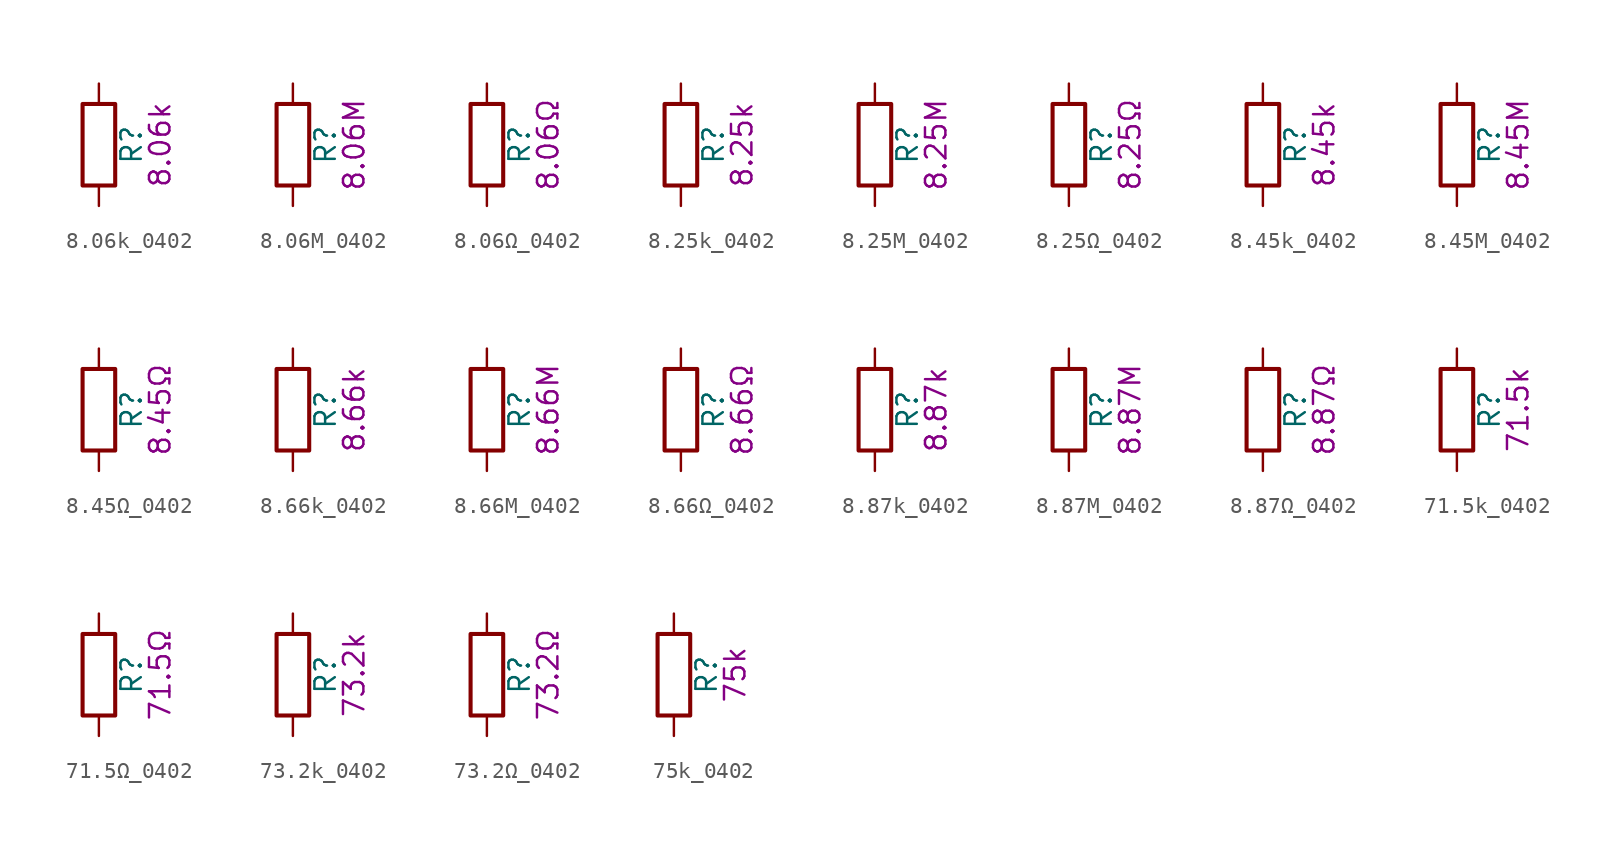
<source format=kicad_sym>
(kicad_symbol_lib
  (version 20211014)
  (generator kicad_symbol_editor)
  (symbol "8.06k_0402"
    (pin_numbers hide)
    (pin_names
      (offset 0))
    (property "Reference" "R"
      (at 2.032 0 90)
      (effects (font (size 1.27 1.27))))
    (property "Display" "8.06k"
      (at 3.81 0 90)
      (effects (font (size 1.27 1.27))))
    (symbol "8.06k_0402_0_1"
      (rectangle (start -1.016 -2.54) (end 1.016 2.54) (stroke (width 0.254) (type default) (color 0 0 0 0)) (fill (type none))))
    (symbol "8.06k_0402_1_1"
      (pin passive line (at 0 3.81 270) (length 1.27) (name "~" (effects (font (size 1.27 1.27)))) (number "1" (effects (font (size 1.27 1.27)))))
      (pin passive line (at 0 -3.81 90) (length 1.27) (name "~" (effects (font (size 1.27 1.27)))) (number "2" (effects (font (size 1.27 1.27)))))))
  (symbol "8.06M_0402"
    (pin_numbers hide)
    (pin_names
      (offset 0))
    (property "Reference" "R"
      (at 2.032 0 90)
      (effects (font (size 1.27 1.27))))
    (property "Display" "8.06M"
      (at 3.81 0 90)
      (effects (font (size 1.27 1.27))))
    (symbol "8.06M_0402_0_1"
      (rectangle (start -1.016 -2.54) (end 1.016 2.54) (stroke (width 0.254) (type default) (color 0 0 0 0)) (fill (type none))))
    (symbol "8.06M_0402_1_1"
      (pin passive line (at 0 3.81 270) (length 1.27) (name "~" (effects (font (size 1.27 1.27)))) (number "1" (effects (font (size 1.27 1.27)))))
      (pin passive line (at 0 -3.81 90) (length 1.27) (name "~" (effects (font (size 1.27 1.27)))) (number "2" (effects (font (size 1.27 1.27)))))))
  (symbol "8.06Ω_0402"
    (pin_numbers hide)
    (pin_names
      (offset 0))
    (property "Reference" "R"
      (at 2.032 0 90)
      (effects (font (size 1.27 1.27))))
    (property "Display" "8.06Ω"
      (at 3.81 0 90)
      (effects (font (size 1.27 1.27))))
    (symbol "8.06Ω_0402_0_1"
      (rectangle (start -1.016 -2.54) (end 1.016 2.54) (stroke (width 0.254) (type default) (color 0 0 0 0)) (fill (type none))))
    (symbol "8.06Ω_0402_1_1"
      (pin passive line (at 0 3.81 270) (length 1.27) (name "~" (effects (font (size 1.27 1.27)))) (number "1" (effects (font (size 1.27 1.27)))))
      (pin passive line (at 0 -3.81 90) (length 1.27) (name "~" (effects (font (size 1.27 1.27)))) (number "2" (effects (font (size 1.27 1.27)))))))
  (symbol "8.25k_0402"
    (pin_numbers hide)
    (pin_names
      (offset 0))
    (property "Reference" "R"
      (at 2.032 0 90)
      (effects (font (size 1.27 1.27))))
    (property "Display" "8.25k"
      (at 3.81 0 90)
      (effects (font (size 1.27 1.27))))
    (symbol "8.25k_0402_0_1"
      (rectangle (start -1.016 -2.54) (end 1.016 2.54) (stroke (width 0.254) (type default) (color 0 0 0 0)) (fill (type none))))
    (symbol "8.25k_0402_1_1"
      (pin passive line (at 0 3.81 270) (length 1.27) (name "~" (effects (font (size 1.27 1.27)))) (number "1" (effects (font (size 1.27 1.27)))))
      (pin passive line (at 0 -3.81 90) (length 1.27) (name "~" (effects (font (size 1.27 1.27)))) (number "2" (effects (font (size 1.27 1.27)))))))
  (symbol "8.25M_0402"
    (pin_numbers hide)
    (pin_names
      (offset 0))
    (property "Reference" "R"
      (at 2.032 0 90)
      (effects (font (size 1.27 1.27))))
    (property "Display" "8.25M"
      (at 3.81 0 90)
      (effects (font (size 1.27 1.27))))
    (symbol "8.25M_0402_0_1"
      (rectangle (start -1.016 -2.54) (end 1.016 2.54) (stroke (width 0.254) (type default) (color 0 0 0 0)) (fill (type none))))
    (symbol "8.25M_0402_1_1"
      (pin passive line (at 0 3.81 270) (length 1.27) (name "~" (effects (font (size 1.27 1.27)))) (number "1" (effects (font (size 1.27 1.27)))))
      (pin passive line (at 0 -3.81 90) (length 1.27) (name "~" (effects (font (size 1.27 1.27)))) (number "2" (effects (font (size 1.27 1.27)))))))
  (symbol "8.25Ω_0402"
    (pin_numbers hide)
    (pin_names
      (offset 0))
    (property "Reference" "R"
      (at 2.032 0 90)
      (effects (font (size 1.27 1.27))))
    (property "Display" "8.25Ω"
      (at 3.81 0 90)
      (effects (font (size 1.27 1.27))))
    (symbol "8.25Ω_0402_0_1"
      (rectangle (start -1.016 -2.54) (end 1.016 2.54) (stroke (width 0.254) (type default) (color 0 0 0 0)) (fill (type none))))
    (symbol "8.25Ω_0402_1_1"
      (pin passive line (at 0 3.81 270) (length 1.27) (name "~" (effects (font (size 1.27 1.27)))) (number "1" (effects (font (size 1.27 1.27)))))
      (pin passive line (at 0 -3.81 90) (length 1.27) (name "~" (effects (font (size 1.27 1.27)))) (number "2" (effects (font (size 1.27 1.27)))))))
  (symbol "8.45k_0402"
    (pin_numbers hide)
    (pin_names
      (offset 0))
    (property "Reference" "R"
      (at 2.032 0 90)
      (effects (font (size 1.27 1.27))))
    (property "Display" "8.45k"
      (at 3.81 0 90)
      (effects (font (size 1.27 1.27))))
    (symbol "8.45k_0402_0_1"
      (rectangle (start -1.016 -2.54) (end 1.016 2.54) (stroke (width 0.254) (type default) (color 0 0 0 0)) (fill (type none))))
    (symbol "8.45k_0402_1_1"
      (pin passive line (at 0 3.81 270) (length 1.27) (name "~" (effects (font (size 1.27 1.27)))) (number "1" (effects (font (size 1.27 1.27)))))
      (pin passive line (at 0 -3.81 90) (length 1.27) (name "~" (effects (font (size 1.27 1.27)))) (number "2" (effects (font (size 1.27 1.27)))))))
  (symbol "8.45M_0402"
    (pin_numbers hide)
    (pin_names
      (offset 0))
    (property "Reference" "R"
      (at 2.032 0 90)
      (effects (font (size 1.27 1.27))))
    (property "Display" "8.45M"
      (at 3.81 0 90)
      (effects (font (size 1.27 1.27))))
    (symbol "8.45M_0402_0_1"
      (rectangle (start -1.016 -2.54) (end 1.016 2.54) (stroke (width 0.254) (type default) (color 0 0 0 0)) (fill (type none))))
    (symbol "8.45M_0402_1_1"
      (pin passive line (at 0 3.81 270) (length 1.27) (name "~" (effects (font (size 1.27 1.27)))) (number "1" (effects (font (size 1.27 1.27)))))
      (pin passive line (at 0 -3.81 90) (length 1.27) (name "~" (effects (font (size 1.27 1.27)))) (number "2" (effects (font (size 1.27 1.27)))))))
  (symbol "8.45Ω_0402"
    (pin_numbers hide)
    (pin_names
      (offset 0))
    (property "Reference" "R"
      (at 2.032 0 90)
      (effects (font (size 1.27 1.27))))
    (property "Display" "8.45Ω"
      (at 3.81 0 90)
      (effects (font (size 1.27 1.27))))
    (symbol "8.45Ω_0402_0_1"
      (rectangle (start -1.016 -2.54) (end 1.016 2.54) (stroke (width 0.254) (type default) (color 0 0 0 0)) (fill (type none))))
    (symbol "8.45Ω_0402_1_1"
      (pin passive line (at 0 3.81 270) (length 1.27) (name "~" (effects (font (size 1.27 1.27)))) (number "1" (effects (font (size 1.27 1.27)))))
      (pin passive line (at 0 -3.81 90) (length 1.27) (name "~" (effects (font (size 1.27 1.27)))) (number "2" (effects (font (size 1.27 1.27)))))))
  (symbol "8.66k_0402"
    (pin_numbers hide)
    (pin_names
      (offset 0))
    (property "Reference" "R"
      (at 2.032 0 90)
      (effects (font (size 1.27 1.27))))
    (property "Display" "8.66k"
      (at 3.81 0 90)
      (effects (font (size 1.27 1.27))))
    (symbol "8.66k_0402_0_1"
      (rectangle (start -1.016 -2.54) (end 1.016 2.54) (stroke (width 0.254) (type default) (color 0 0 0 0)) (fill (type none))))
    (symbol "8.66k_0402_1_1"
      (pin passive line (at 0 3.81 270) (length 1.27) (name "~" (effects (font (size 1.27 1.27)))) (number "1" (effects (font (size 1.27 1.27)))))
      (pin passive line (at 0 -3.81 90) (length 1.27) (name "~" (effects (font (size 1.27 1.27)))) (number "2" (effects (font (size 1.27 1.27)))))))
  (symbol "8.66M_0402"
    (pin_numbers hide)
    (pin_names
      (offset 0))
    (property "Reference" "R"
      (at 2.032 0 90)
      (effects (font (size 1.27 1.27))))
    (property "Display" "8.66M"
      (at 3.81 0 90)
      (effects (font (size 1.27 1.27))))
    (symbol "8.66M_0402_0_1"
      (rectangle (start -1.016 -2.54) (end 1.016 2.54) (stroke (width 0.254) (type default) (color 0 0 0 0)) (fill (type none))))
    (symbol "8.66M_0402_1_1"
      (pin passive line (at 0 3.81 270) (length 1.27) (name "~" (effects (font (size 1.27 1.27)))) (number "1" (effects (font (size 1.27 1.27)))))
      (pin passive line (at 0 -3.81 90) (length 1.27) (name "~" (effects (font (size 1.27 1.27)))) (number "2" (effects (font (size 1.27 1.27)))))))
  (symbol "8.66Ω_0402"
    (pin_numbers hide)
    (pin_names
      (offset 0))
    (property "Reference" "R"
      (at 2.032 0 90)
      (effects (font (size 1.27 1.27))))
    (property "Display" "8.66Ω"
      (at 3.81 0 90)
      (effects (font (size 1.27 1.27))))
    (symbol "8.66Ω_0402_0_1"
      (rectangle (start -1.016 -2.54) (end 1.016 2.54) (stroke (width 0.254) (type default) (color 0 0 0 0)) (fill (type none))))
    (symbol "8.66Ω_0402_1_1"
      (pin passive line (at 0 3.81 270) (length 1.27) (name "~" (effects (font (size 1.27 1.27)))) (number "1" (effects (font (size 1.27 1.27)))))
      (pin passive line (at 0 -3.81 90) (length 1.27) (name "~" (effects (font (size 1.27 1.27)))) (number "2" (effects (font (size 1.27 1.27)))))))
  (symbol "8.87k_0402"
    (pin_numbers hide)
    (pin_names
      (offset 0))
    (property "Reference" "R"
      (at 2.032 0 90)
      (effects (font (size 1.27 1.27))))
    (property "Display" "8.87k"
      (at 3.81 0 90)
      (effects (font (size 1.27 1.27))))
    (symbol "8.87k_0402_0_1"
      (rectangle (start -1.016 -2.54) (end 1.016 2.54) (stroke (width 0.254) (type default) (color 0 0 0 0)) (fill (type none))))
    (symbol "8.87k_0402_1_1"
      (pin passive line (at 0 3.81 270) (length 1.27) (name "~" (effects (font (size 1.27 1.27)))) (number "1" (effects (font (size 1.27 1.27)))))
      (pin passive line (at 0 -3.81 90) (length 1.27) (name "~" (effects (font (size 1.27 1.27)))) (number "2" (effects (font (size 1.27 1.27)))))))
  (symbol "8.87M_0402"
    (pin_numbers hide)
    (pin_names
      (offset 0))
    (property "Reference" "R"
      (at 2.032 0 90)
      (effects (font (size 1.27 1.27))))
    (property "Display" "8.87M"
      (at 3.81 0 90)
      (effects (font (size 1.27 1.27))))
    (symbol "8.87M_0402_0_1"
      (rectangle (start -1.016 -2.54) (end 1.016 2.54) (stroke (width 0.254) (type default) (color 0 0 0 0)) (fill (type none))))
    (symbol "8.87M_0402_1_1"
      (pin passive line (at 0 3.81 270) (length 1.27) (name "~" (effects (font (size 1.27 1.27)))) (number "1" (effects (font (size 1.27 1.27)))))
      (pin passive line (at 0 -3.81 90) (length 1.27) (name "~" (effects (font (size 1.27 1.27)))) (number "2" (effects (font (size 1.27 1.27)))))))
  (symbol "8.87Ω_0402"
    (pin_numbers hide)
    (pin_names
      (offset 0))
    (property "Reference" "R"
      (at 2.032 0 90)
      (effects (font (size 1.27 1.27))))
    (property "Display" "8.87Ω"
      (at 3.81 0 90)
      (effects (font (size 1.27 1.27))))
    (symbol "8.87Ω_0402_0_1"
      (rectangle (start -1.016 -2.54) (end 1.016 2.54) (stroke (width 0.254) (type default) (color 0 0 0 0)) (fill (type none))))
    (symbol "8.87Ω_0402_1_1"
      (pin passive line (at 0 3.81 270) (length 1.27) (name "~" (effects (font (size 1.27 1.27)))) (number "1" (effects (font (size 1.27 1.27)))))
      (pin passive line (at 0 -3.81 90) (length 1.27) (name "~" (effects (font (size 1.27 1.27)))) (number "2" (effects (font (size 1.27 1.27)))))))
  (symbol "71.5k_0402"
    (pin_numbers hide)
    (pin_names
      (offset 0))
    (property "Reference" "R"
      (at 2.032 0 90)
      (effects (font (size 1.27 1.27))))
    (property "Display" "71.5k"
      (at 3.81 0 90)
      (effects (font (size 1.27 1.27))))
    (symbol "71.5k_0402_0_1"
      (rectangle (start -1.016 -2.54) (end 1.016 2.54) (stroke (width 0.254) (type default) (color 0 0 0 0)) (fill (type none))))
    (symbol "71.5k_0402_1_1"
      (pin passive line (at 0 3.81 270) (length 1.27) (name "~" (effects (font (size 1.27 1.27)))) (number "1" (effects (font (size 1.27 1.27)))))
      (pin passive line (at 0 -3.81 90) (length 1.27) (name "~" (effects (font (size 1.27 1.27)))) (number "2" (effects (font (size 1.27 1.27)))))))
  (symbol "71.5Ω_0402"
    (pin_numbers hide)
    (pin_names
      (offset 0))
    (property "Reference" "R"
      (at 2.032 0 90)
      (effects (font (size 1.27 1.27))))
    (property "Display" "71.5Ω"
      (at 3.81 0 90)
      (effects (font (size 1.27 1.27))))
    (symbol "71.5Ω_0402_0_1"
      (rectangle (start -1.016 -2.54) (end 1.016 2.54) (stroke (width 0.254) (type default) (color 0 0 0 0)) (fill (type none))))
    (symbol "71.5Ω_0402_1_1"
      (pin passive line (at 0 3.81 270) (length 1.27) (name "~" (effects (font (size 1.27 1.27)))) (number "1" (effects (font (size 1.27 1.27)))))
      (pin passive line (at 0 -3.81 90) (length 1.27) (name "~" (effects (font (size 1.27 1.27)))) (number "2" (effects (font (size 1.27 1.27)))))))
  (symbol "73.2k_0402"
    (pin_numbers hide)
    (pin_names
      (offset 0))
    (property "Reference" "R"
      (at 2.032 0 90)
      (effects (font (size 1.27 1.27))))
    (property "Display" "73.2k"
      (at 3.81 0 90)
      (effects (font (size 1.27 1.27))))
    (symbol "73.2k_0402_0_1"
      (rectangle (start -1.016 -2.54) (end 1.016 2.54) (stroke (width 0.254) (type default) (color 0 0 0 0)) (fill (type none))))
    (symbol "73.2k_0402_1_1"
      (pin passive line (at 0 3.81 270) (length 1.27) (name "~" (effects (font (size 1.27 1.27)))) (number "1" (effects (font (size 1.27 1.27)))))
      (pin passive line (at 0 -3.81 90) (length 1.27) (name "~" (effects (font (size 1.27 1.27)))) (number "2" (effects (font (size 1.27 1.27)))))))
  (symbol "73.2Ω_0402"
    (pin_numbers hide)
    (pin_names
      (offset 0))
    (property "Reference" "R"
      (at 2.032 0 90)
      (effects (font (size 1.27 1.27))))
    (property "Display" "73.2Ω"
      (at 3.81 0 90)
      (effects (font (size 1.27 1.27))))
    (symbol "73.2Ω_0402_0_1"
      (rectangle (start -1.016 -2.54) (end 1.016 2.54) (stroke (width 0.254) (type default) (color 0 0 0 0)) (fill (type none))))
    (symbol "73.2Ω_0402_1_1"
      (pin passive line (at 0 3.81 270) (length 1.27) (name "~" (effects (font (size 1.27 1.27)))) (number "1" (effects (font (size 1.27 1.27)))))
      (pin passive line (at 0 -3.81 90) (length 1.27) (name "~" (effects (font (size 1.27 1.27)))) (number "2" (effects (font (size 1.27 1.27)))))))
  (symbol "75k_0402"
    (pin_numbers hide)
    (pin_names
      (offset 0))
    (property "Reference" "R"
      (at 2.032 0 90)
      (effects (font (size 1.27 1.27))))
    (property "Display" "75k"
      (at 3.81 0 90)
      (effects (font (size 1.27 1.27))))
    (symbol "75k_0402_0_1"
      (rectangle (start -1.016 -2.54) (end 1.016 2.54) (stroke (width 0.254) (type default) (color 0 0 0 0)) (fill (type none))))
    (symbol "75k_0402_1_1"
      (pin passive line (at 0 3.81 270) (length 1.27) (name "~" (effects (font (size 1.27 1.27)))) (number "1" (effects (font (size 1.27 1.27)))))
      (pin passive line (at 0 -3.81 90) (length 1.27) (name "~" (effects (font (size 1.27 1.27)))) (number "2" (effects (font (size 1.27 1.27))))))))
</source>
